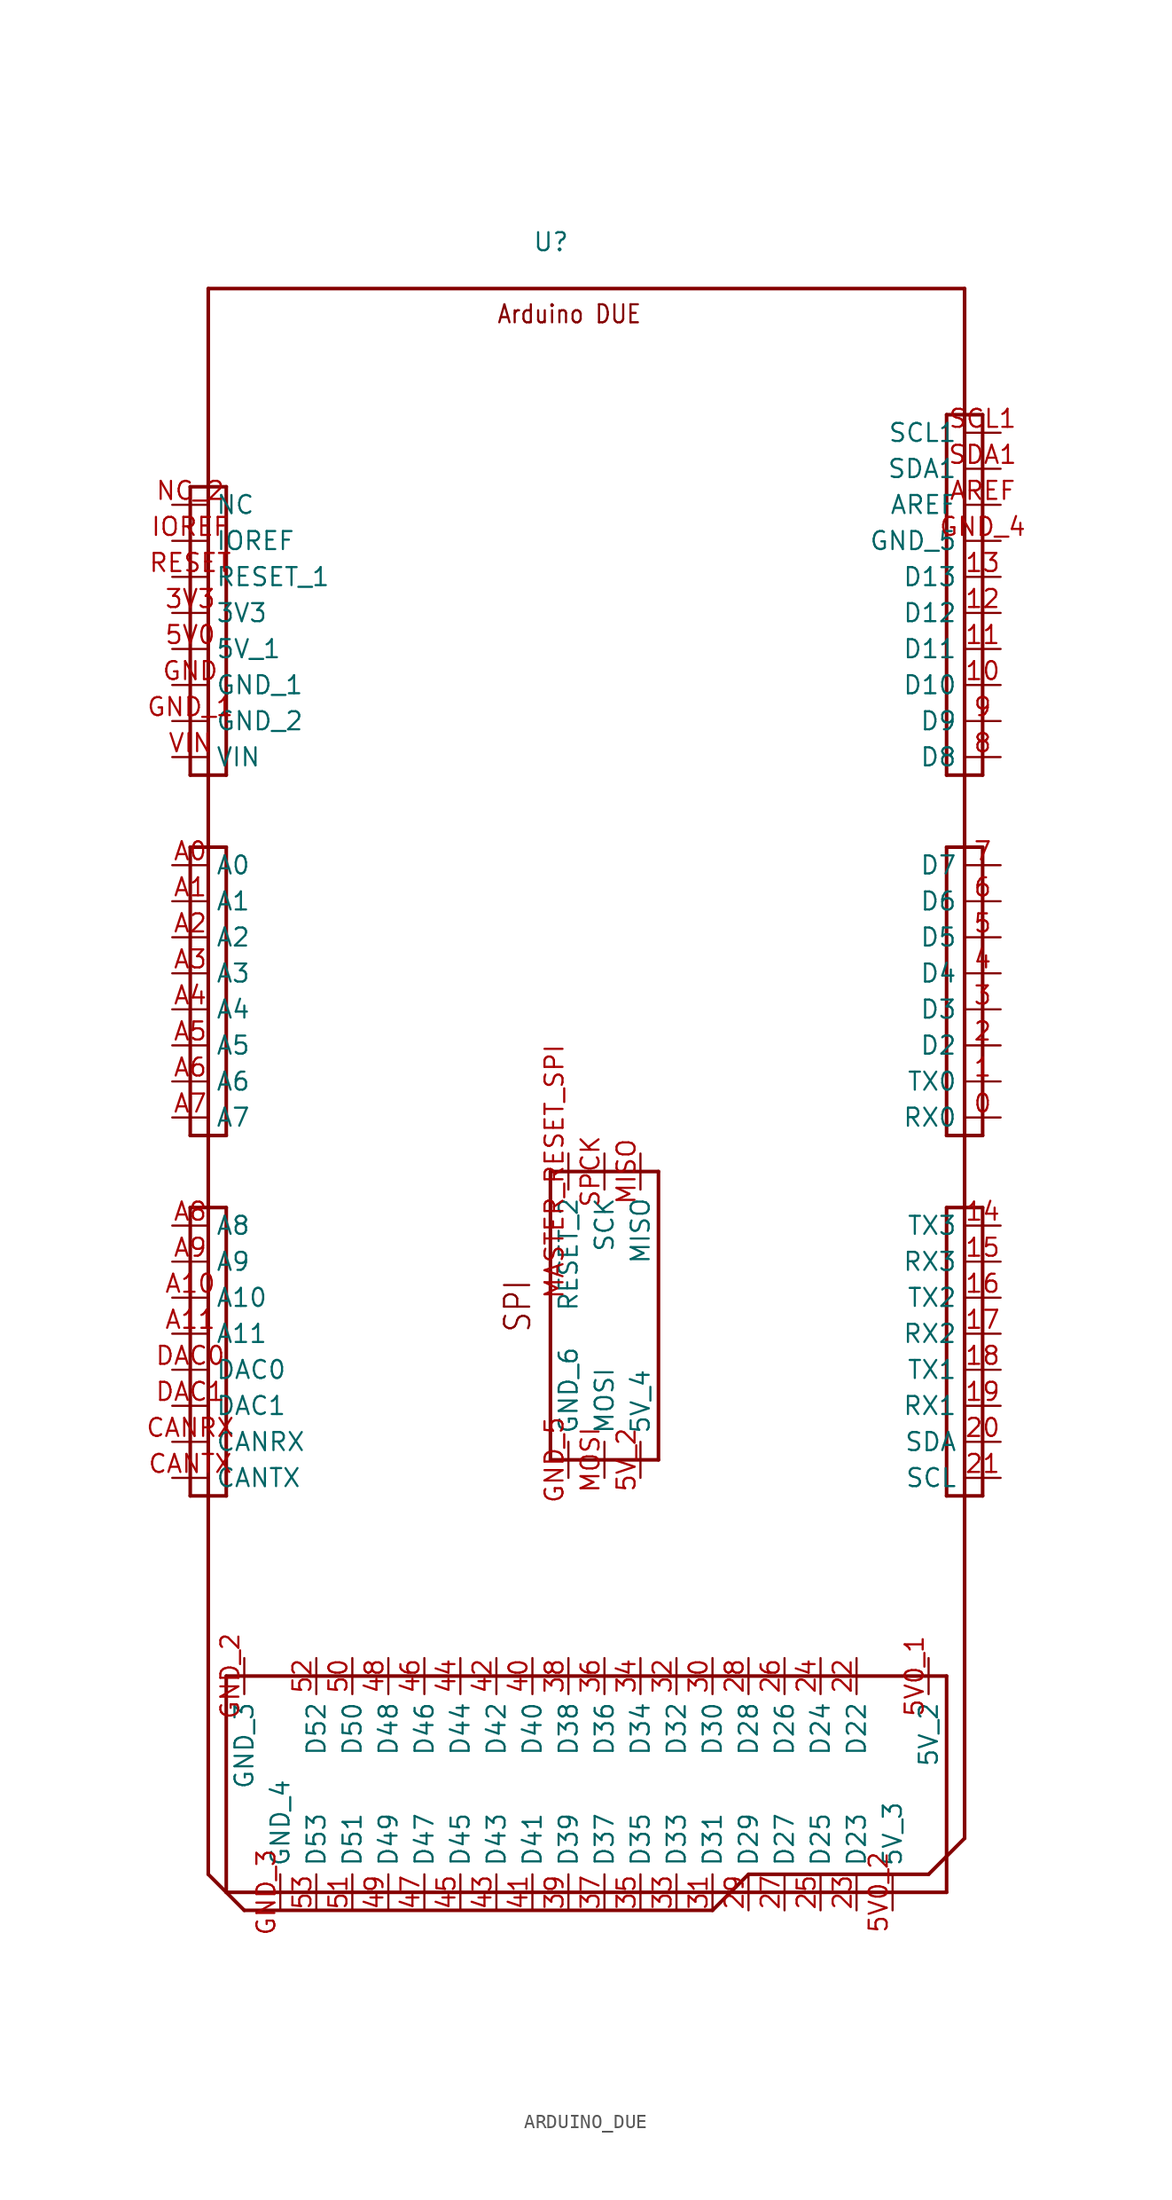
<source format=kicad_sym>
(kicad_symbol_lib
  (version 20211014)
  (generator kicad_symbol_editor)
  (symbol "ARDUINO_DUE"
    (pin_names)
    (property "Reference" "U"
      (at 22.86 2.54 0)
      (effects (font (size 1.27 1.27)) (justify left bottom)))
    (property "Datasheet" ""
      (at 0 0 0))
    (property "ki_description" "https://forum.arduino.cc/t/due-pinout-diagram/129258 "
      (at 0 0 0))
    (property "ki_fp_filters" "FlashPCB_DevBoards:ARDUINO_DUE FlashPCB_DevBoards:ARDUINO_DUE_SHIELD"
      (at 0 0 0))
    (symbol "ARDUINO_DUE_1_1"
      (text "Arduino DUE" (at 20.32 -2.54 0) (effects (font (size 1.27 1.086)) (justify left bottom)))
      (text "SPI" (at 22.86 -73.66 900) (effects (font (size 1.778 1.52)) (justify left bottom)))
      (polyline (pts (xy 1.27 -97.79) (xy 52.07 -97.79)) (stroke (width 0.254)) (fill (type none)))
      (polyline (pts (xy 52.07 -97.79) (xy 52.07 -113.03)) (stroke (width 0.254)) (fill (type none)))
      (polyline (pts (xy 52.07 -113.03) (xy 1.27 -113.03)) (stroke (width 0.254)) (fill (type none)))
      (polyline (pts (xy 1.27 -113.03) (xy 1.27 -97.79)) (stroke (width 0.254)) (fill (type none)))
      (polyline (pts (xy -1.27 -64.77) (xy 1.27 -64.77)) (stroke (width 0.254)) (fill (type none)))
      (polyline (pts (xy 1.27 -64.77) (xy 1.27 -85.09)) (stroke (width 0.254)) (fill (type none)))
      (polyline (pts (xy 1.27 -85.09) (xy -1.27 -85.09)) (stroke (width 0.254)) (fill (type none)))
      (polyline (pts (xy -1.27 -85.09) (xy -1.27 -64.77)) (stroke (width 0.254)) (fill (type none)))
      (polyline (pts (xy 54.61 -64.77) (xy 52.07 -64.77)) (stroke (width 0.254)) (fill (type none)))
      (polyline (pts (xy 52.07 -64.77) (xy 52.07 -85.09)) (stroke (width 0.254)) (fill (type none)))
      (polyline (pts (xy 52.07 -85.09) (xy 54.61 -85.09)) (stroke (width 0.254)) (fill (type none)))
      (polyline (pts (xy 54.61 -85.09) (xy 54.61 -64.77)) (stroke (width 0.254)) (fill (type none)))
      (polyline (pts (xy -1.27 -39.37) (xy 1.27 -39.37)) (stroke (width 0.254)) (fill (type none)))
      (polyline (pts (xy 1.27 -39.37) (xy 1.27 -59.69)) (stroke (width 0.254)) (fill (type none)))
      (polyline (pts (xy 1.27 -59.69) (xy -1.27 -59.69)) (stroke (width 0.254)) (fill (type none)))
      (polyline (pts (xy -1.27 -59.69) (xy -1.27 -39.37)) (stroke (width 0.254)) (fill (type none)))
      (polyline (pts (xy 52.07 -39.37) (xy 54.61 -39.37)) (stroke (width 0.254)) (fill (type none)))
      (polyline (pts (xy 54.61 -39.37) (xy 54.61 -59.69)) (stroke (width 0.254)) (fill (type none)))
      (polyline (pts (xy 54.61 -59.69) (xy 52.07 -59.69)) (stroke (width 0.254)) (fill (type none)))
      (polyline (pts (xy 52.07 -59.69) (xy 52.07 -39.37)) (stroke (width 0.254)) (fill (type none)))
      (polyline (pts (xy -1.27 -13.97) (xy 1.27 -13.97)) (stroke (width 0.254)) (fill (type none)))
      (polyline (pts (xy 1.27 -13.97) (xy 1.27 -34.29)) (stroke (width 0.254)) (fill (type none)))
      (polyline (pts (xy 1.27 -34.29) (xy -1.27 -34.29)) (stroke (width 0.254)) (fill (type none)))
      (polyline (pts (xy -1.27 -34.29) (xy -1.27 -13.97)) (stroke (width 0.254)) (fill (type none)))
      (polyline (pts (xy 52.07 -8.89) (xy 54.61 -8.89)) (stroke (width 0.254)) (fill (type none)))
      (polyline (pts (xy 54.61 -8.89) (xy 54.61 -34.29)) (stroke (width 0.254)) (fill (type none)))
      (polyline (pts (xy 54.61 -34.29) (xy 52.07 -34.29)) (stroke (width 0.254)) (fill (type none)))
      (polyline (pts (xy 52.07 -34.29) (xy 52.07 -8.89)) (stroke (width 0.254)) (fill (type none)))
      (polyline (pts (xy 24.13 -62.23) (xy 31.75 -62.23)) (stroke (width 0.254)) (fill (type none)))
      (polyline (pts (xy 31.75 -62.23) (xy 31.75 -82.55)) (stroke (width 0.254)) (fill (type none)))
      (polyline (pts (xy 31.75 -82.55) (xy 24.13 -82.55)) (stroke (width 0.254)) (fill (type none)))
      (polyline (pts (xy 24.13 -82.55) (xy 24.13 -62.23)) (stroke (width 0.254)) (fill (type none)))
      (polyline (pts (xy 0 0) (xy 53.34 0)) (stroke (width 0.254)) (fill (type none)))
      (polyline (pts (xy 53.34 0) (xy 53.34 -109.22)) (stroke (width 0.254)) (fill (type none)))
      (polyline (pts (xy 53.34 -109.22) (xy 50.8 -111.76)) (stroke (width 0.254)) (fill (type none)))
      (polyline (pts (xy 50.8 -111.76) (xy 38.1 -111.76)) (stroke (width 0.254)) (fill (type none)))
      (polyline (pts (xy 38.1 -111.76) (xy 35.56 -114.3)) (stroke (width 0.254)) (fill (type none)))
      (polyline (pts (xy 35.56 -114.3) (xy 2.54 -114.3)) (stroke (width 0.254)) (fill (type none)))
      (polyline (pts (xy 2.54 -114.3) (xy 0 -111.76)) (stroke (width 0.254)) (fill (type none)))
      (polyline (pts (xy 0 -111.76) (xy 0 0)) (stroke (width 0.254)) (fill (type none)))
      (pin bidirectional line (at -2.54 -15.24 0) (length 2.54) (name "NC" (effects (font (size 1.27 1.27)))) (number "NC_2" (effects (font (size 1.27 1.27)))))
      (pin bidirectional line (at -2.54 -17.78 0) (length 2.54) (name "IOREF" (effects (font (size 1.27 1.27)))) (number "IOREF" (effects (font (size 1.27 1.27)))))
      (pin bidirectional line (at -2.54 -20.32 0) (length 2.54) (name "RESET_1" (effects (font (size 1.27 1.27)))) (number "RESET" (effects (font (size 1.27 1.27)))))
      (pin bidirectional line (at -2.54 -22.86 0) (length 2.54) (name "3V3" (effects (font (size 1.27 1.27)))) (number "3V3" (effects (font (size 1.27 1.27)))))
      (pin bidirectional line (at -2.54 -25.4 0) (length 2.54) (name "5V_1" (effects (font (size 1.27 1.27)))) (number "5V0" (effects (font (size 1.27 1.27)))))
      (pin bidirectional line (at -2.54 -27.94 0) (length 2.54) (name "GND_1" (effects (font (size 1.27 1.27)))) (number "GND" (effects (font (size 1.27 1.27)))))
      (pin bidirectional line (at -2.54 -30.48 0) (length 2.54) (name "GND_2" (effects (font (size 1.27 1.27)))) (number "GND_1" (effects (font (size 1.27 1.27)))))
      (pin bidirectional line (at -2.54 -33.02 0) (length 2.54) (name "VIN" (effects (font (size 1.27 1.27)))) (number "VIN" (effects (font (size 1.27 1.27)))))
      (pin bidirectional line (at -2.54 -40.64 0) (length 2.54) (name "A0" (effects (font (size 1.27 1.27)))) (number "A0" (effects (font (size 1.27 1.27)))))
      (pin bidirectional line (at -2.54 -43.18 0) (length 2.54) (name "A1" (effects (font (size 1.27 1.27)))) (number "A1" (effects (font (size 1.27 1.27)))))
      (pin bidirectional line (at -2.54 -45.72 0) (length 2.54) (name "A2" (effects (font (size 1.27 1.27)))) (number "A2" (effects (font (size 1.27 1.27)))))
      (pin bidirectional line (at -2.54 -48.26 0) (length 2.54) (name "A3" (effects (font (size 1.27 1.27)))) (number "A3" (effects (font (size 1.27 1.27)))))
      (pin bidirectional line (at -2.54 -50.8 0) (length 2.54) (name "A4" (effects (font (size 1.27 1.27)))) (number "A4" (effects (font (size 1.27 1.27)))))
      (pin bidirectional line (at -2.54 -53.34 0) (length 2.54) (name "A5" (effects (font (size 1.27 1.27)))) (number "A5" (effects (font (size 1.27 1.27)))))
      (pin bidirectional line (at -2.54 -55.88 0) (length 2.54) (name "A6" (effects (font (size 1.27 1.27)))) (number "A6" (effects (font (size 1.27 1.27)))))
      (pin bidirectional line (at -2.54 -58.42 0) (length 2.54) (name "A7" (effects (font (size 1.27 1.27)))) (number "A7" (effects (font (size 1.27 1.27)))))
      (pin bidirectional line (at -2.54 -66.04 0) (length 2.54) (name "A8" (effects (font (size 1.27 1.27)))) (number "A8" (effects (font (size 1.27 1.27)))))
      (pin bidirectional line (at -2.54 -68.58 0) (length 2.54) (name "A9" (effects (font (size 1.27 1.27)))) (number "A9" (effects (font (size 1.27 1.27)))))
      (pin bidirectional line (at -2.54 -71.12 0) (length 2.54) (name "A10" (effects (font (size 1.27 1.27)))) (number "A10" (effects (font (size 1.27 1.27)))))
      (pin bidirectional line (at -2.54 -73.66 0) (length 2.54) (name "A11" (effects (font (size 1.27 1.27)))) (number "A11" (effects (font (size 1.27 1.27)))))
      (pin bidirectional line (at -2.54 -76.2 0) (length 2.54) (name "DAC0" (effects (font (size 1.27 1.27)))) (number "DAC0" (effects (font (size 1.27 1.27)))))
      (pin bidirectional line (at -2.54 -78.74 0) (length 2.54) (name "DAC1" (effects (font (size 1.27 1.27)))) (number "DAC1" (effects (font (size 1.27 1.27)))))
      (pin bidirectional line (at -2.54 -81.28 0) (length 2.54) (name "CANRX" (effects (font (size 1.27 1.27)))) (number "CANRX" (effects (font (size 1.27 1.27)))))
      (pin bidirectional line (at -2.54 -83.82 0) (length 2.54) (name "CANTX" (effects (font (size 1.27 1.27)))) (number "CANTX" (effects (font (size 1.27 1.27)))))
      (pin bidirectional line (at 5.08 -114.3 90) (length 2.54) (name "GND_4" (effects (font (size 1.27 1.27)))) (number "GND_3" (effects (font (size 1.27 1.27)))))
      (pin bidirectional line (at 7.62 -114.3 90) (length 2.54) (name "D53" (effects (font (size 1.27 1.27)))) (number "53" (effects (font (size 1.27 1.27)))))
      (pin bidirectional line (at 10.16 -114.3 90) (length 2.54) (name "D51" (effects (font (size 1.27 1.27)))) (number "51" (effects (font (size 1.27 1.27)))))
      (pin bidirectional line (at 12.7 -114.3 90) (length 2.54) (name "D49" (effects (font (size 1.27 1.27)))) (number "49" (effects (font (size 1.27 1.27)))))
      (pin bidirectional line (at 15.24 -114.3 90) (length 2.54) (name "D47" (effects (font (size 1.27 1.27)))) (number "47" (effects (font (size 1.27 1.27)))))
      (pin bidirectional line (at 17.78 -114.3 90) (length 2.54) (name "D45" (effects (font (size 1.27 1.27)))) (number "45" (effects (font (size 1.27 1.27)))))
      (pin bidirectional line (at 20.32 -114.3 90) (length 2.54) (name "D43" (effects (font (size 1.27 1.27)))) (number "43" (effects (font (size 1.27 1.27)))))
      (pin bidirectional line (at 22.86 -114.3 90) (length 2.54) (name "D41" (effects (font (size 1.27 1.27)))) (number "41" (effects (font (size 1.27 1.27)))))
      (pin bidirectional line (at 25.4 -114.3 90) (length 2.54) (name "D39" (effects (font (size 1.27 1.27)))) (number "39" (effects (font (size 1.27 1.27)))))
      (pin bidirectional line (at 27.94 -114.3 90) (length 2.54) (name "D37" (effects (font (size 1.27 1.27)))) (number "37" (effects (font (size 1.27 1.27)))))
      (pin bidirectional line (at 33.02 -114.3 90) (length 2.54) (name "D33" (effects (font (size 1.27 1.27)))) (number "33" (effects (font (size 1.27 1.27)))))
      (pin bidirectional line (at 30.48 -114.3 90) (length 2.54) (name "D35" (effects (font (size 1.27 1.27)))) (number "35" (effects (font (size 1.27 1.27)))))
      (pin bidirectional line (at 35.56 -114.3 90) (length 2.54) (name "D31" (effects (font (size 1.27 1.27)))) (number "31" (effects (font (size 1.27 1.27)))))
      (pin bidirectional line (at 38.1 -114.3 90) (length 2.54) (name "D29" (effects (font (size 1.27 1.27)))) (number "29" (effects (font (size 1.27 1.27)))))
      (pin bidirectional line (at 40.64 -114.3 90) (length 2.54) (name "D27" (effects (font (size 1.27 1.27)))) (number "27" (effects (font (size 1.27 1.27)))))
      (pin bidirectional line (at 43.18 -114.3 90) (length 2.54) (name "D25" (effects (font (size 1.27 1.27)))) (number "25" (effects (font (size 1.27 1.27)))))
      (pin bidirectional line (at 45.72 -114.3 90) (length 2.54) (name "D23" (effects (font (size 1.27 1.27)))) (number "23" (effects (font (size 1.27 1.27)))))
      (pin bidirectional line (at 48.26 -114.3 90) (length 2.54) (name "5V_3" (effects (font (size 1.27 1.27)))) (number "5V0_2" (effects (font (size 1.27 1.27)))))
      (pin bidirectional line (at 50.8 -96.52 270) (length 2.54) (name "5V_2" (effects (font (size 1.27 1.27)))) (number "5V0_1" (effects (font (size 1.27 1.27)))))
      (pin bidirectional line (at 45.72 -96.52 270) (length 2.54) (name "D22" (effects (font (size 1.27 1.27)))) (number "22" (effects (font (size 1.27 1.27)))))
      (pin bidirectional line (at 43.18 -96.52 270) (length 2.54) (name "D24" (effects (font (size 1.27 1.27)))) (number "24" (effects (font (size 1.27 1.27)))))
      (pin bidirectional line (at 40.64 -96.52 270) (length 2.54) (name "D26" (effects (font (size 1.27 1.27)))) (number "26" (effects (font (size 1.27 1.27)))))
      (pin bidirectional line (at 38.1 -96.52 270) (length 2.54) (name "D28" (effects (font (size 1.27 1.27)))) (number "28" (effects (font (size 1.27 1.27)))))
      (pin bidirectional line (at 35.56 -96.52 270) (length 2.54) (name "D30" (effects (font (size 1.27 1.27)))) (number "30" (effects (font (size 1.27 1.27)))))
      (pin bidirectional line (at 33.02 -96.52 270) (length 2.54) (name "D32" (effects (font (size 1.27 1.27)))) (number "32" (effects (font (size 1.27 1.27)))))
      (pin bidirectional line (at 30.48 -96.52 270) (length 2.54) (name "D34" (effects (font (size 1.27 1.27)))) (number "34" (effects (font (size 1.27 1.27)))))
      (pin bidirectional line (at 27.94 -96.52 270) (length 2.54) (name "D36" (effects (font (size 1.27 1.27)))) (number "36" (effects (font (size 1.27 1.27)))))
      (pin bidirectional line (at 25.4 -96.52 270) (length 2.54) (name "D38" (effects (font (size 1.27 1.27)))) (number "38" (effects (font (size 1.27 1.27)))))
      (pin bidirectional line (at 22.86 -96.52 270) (length 2.54) (name "D40" (effects (font (size 1.27 1.27)))) (number "40" (effects (font (size 1.27 1.27)))))
      (pin bidirectional line (at 20.32 -96.52 270) (length 2.54) (name "D42" (effects (font (size 1.27 1.27)))) (number "42" (effects (font (size 1.27 1.27)))))
      (pin bidirectional line (at 17.78 -96.52 270) (length 2.54) (name "D44" (effects (font (size 1.27 1.27)))) (number "44" (effects (font (size 1.27 1.27)))))
      (pin bidirectional line (at 15.24 -96.52 270) (length 2.54) (name "D46" (effects (font (size 1.27 1.27)))) (number "46" (effects (font (size 1.27 1.27)))))
      (pin bidirectional line (at 12.7 -96.52 270) (length 2.54) (name "D48" (effects (font (size 1.27 1.27)))) (number "48" (effects (font (size 1.27 1.27)))))
      (pin bidirectional line (at 10.16 -96.52 270) (length 2.54) (name "D50" (effects (font (size 1.27 1.27)))) (number "50" (effects (font (size 1.27 1.27)))))
      (pin bidirectional line (at 7.62 -96.52 270) (length 2.54) (name "D52" (effects (font (size 1.27 1.27)))) (number "52" (effects (font (size 1.27 1.27)))))
      (pin bidirectional line (at 2.54 -96.52 270) (length 2.54) (name "GND_3" (effects (font (size 1.27 1.27)))) (number "GND_2" (effects (font (size 1.27 1.27)))))
      (pin bidirectional line (at 55.88 -83.82 180) (length 2.54) (name "SCL" (effects (font (size 1.27 1.27)))) (number "21" (effects (font (size 1.27 1.27)))))
      (pin bidirectional line (at 55.88 -81.28 180) (length 2.54) (name "SDA" (effects (font (size 1.27 1.27)))) (number "20" (effects (font (size 1.27 1.27)))))
      (pin bidirectional line (at 55.88 -78.74 180) (length 2.54) (name "RX1" (effects (font (size 1.27 1.27)))) (number "19" (effects (font (size 1.27 1.27)))))
      (pin bidirectional line (at 55.88 -76.2 180) (length 2.54) (name "TX1" (effects (font (size 1.27 1.27)))) (number "18" (effects (font (size 1.27 1.27)))))
      (pin bidirectional line (at 55.88 -73.66 180) (length 2.54) (name "RX2" (effects (font (size 1.27 1.27)))) (number "17" (effects (font (size 1.27 1.27)))))
      (pin bidirectional line (at 55.88 -71.12 180) (length 2.54) (name "TX2" (effects (font (size 1.27 1.27)))) (number "16" (effects (font (size 1.27 1.27)))))
      (pin bidirectional line (at 55.88 -68.58 180) (length 2.54) (name "RX3" (effects (font (size 1.27 1.27)))) (number "15" (effects (font (size 1.27 1.27)))))
      (pin bidirectional line (at 55.88 -66.04 180) (length 2.54) (name "TX3" (effects (font (size 1.27 1.27)))) (number "14" (effects (font (size 1.27 1.27)))))
      (pin bidirectional line (at 55.88 -58.42 180) (length 2.54) (name "RX0" (effects (font (size 1.27 1.27)))) (number "0" (effects (font (size 1.27 1.27)))))
      (pin bidirectional line (at 55.88 -55.88 180) (length 2.54) (name "TX0" (effects (font (size 1.27 1.27)))) (number "1" (effects (font (size 1.27 1.27)))))
      (pin bidirectional line (at 55.88 -53.34 180) (length 2.54) (name "D2" (effects (font (size 1.27 1.27)))) (number "2" (effects (font (size 1.27 1.27)))))
      (pin bidirectional line (at 55.88 -50.8 180) (length 2.54) (name "D3" (effects (font (size 1.27 1.27)))) (number "3" (effects (font (size 1.27 1.27)))))
      (pin bidirectional line (at 55.88 -48.26 180) (length 2.54) (name "D4" (effects (font (size 1.27 1.27)))) (number "4" (effects (font (size 1.27 1.27)))))
      (pin bidirectional line (at 55.88 -45.72 180) (length 2.54) (name "D5" (effects (font (size 1.27 1.27)))) (number "5" (effects (font (size 1.27 1.27)))))
      (pin bidirectional line (at 55.88 -43.18 180) (length 2.54) (name "D6" (effects (font (size 1.27 1.27)))) (number "6" (effects (font (size 1.27 1.27)))))
      (pin bidirectional line (at 55.88 -40.64 180) (length 2.54) (name "D7" (effects (font (size 1.27 1.27)))) (number "7" (effects (font (size 1.27 1.27)))))
      (pin bidirectional line (at 55.88 -33.02 180) (length 2.54) (name "D8" (effects (font (size 1.27 1.27)))) (number "8" (effects (font (size 1.27 1.27)))))
      (pin bidirectional line (at 55.88 -30.48 180) (length 2.54) (name "D9" (effects (font (size 1.27 1.27)))) (number "9" (effects (font (size 1.27 1.27)))))
      (pin bidirectional line (at 55.88 -27.94 180) (length 2.54) (name "D10" (effects (font (size 1.27 1.27)))) (number "10" (effects (font (size 1.27 1.27)))))
      (pin bidirectional line (at 55.88 -25.4 180) (length 2.54) (name "D11" (effects (font (size 1.27 1.27)))) (number "11" (effects (font (size 1.27 1.27)))))
      (pin bidirectional line (at 55.88 -22.86 180) (length 2.54) (name "D12" (effects (font (size 1.27 1.27)))) (number "12" (effects (font (size 1.27 1.27)))))
      (pin bidirectional line (at 55.88 -20.32 180) (length 2.54) (name "D13" (effects (font (size 1.27 1.27)))) (number "13" (effects (font (size 1.27 1.27)))))
      (pin bidirectional line (at 55.88 -17.78 180) (length 2.54) (name "GND_5" (effects (font (size 1.27 1.27)))) (number "GND_4" (effects (font (size 1.27 1.27)))))
      (pin bidirectional line (at 55.88 -15.24 180) (length 2.54) (name "AREF" (effects (font (size 1.27 1.27)))) (number "AREF" (effects (font (size 1.27 1.27)))))
      (pin bidirectional line (at 55.88 -12.7 180) (length 2.54) (name "SDA1" (effects (font (size 1.27 1.27)))) (number "SDA1" (effects (font (size 1.27 1.27)))))
      (pin bidirectional line (at 55.88 -10.16 180) (length 2.54) (name "SCL1" (effects (font (size 1.27 1.27)))) (number "SCL1" (effects (font (size 1.27 1.27)))))
      (pin bidirectional line (at 25.4 -60.96 270) (length 2.54) (name "RESET_2" (effects (font (size 1.27 1.27)))) (number "MASTER_RESET_SPI" (effects (font (size 1.27 1.27)))))
      (pin bidirectional line (at 25.4 -83.82 90) (length 2.54) (name "GND_6" (effects (font (size 1.27 1.27)))) (number "GND_5" (effects (font (size 1.27 1.27)))))
      (pin bidirectional line (at 27.94 -83.82 90) (length 2.54) (name "MOSI" (effects (font (size 1.27 1.27)))) (number "MOSI" (effects (font (size 1.27 1.27)))))
      (pin bidirectional line (at 27.94 -60.96 270) (length 2.54) (name "SCK" (effects (font (size 1.27 1.27)))) (number "SPCK" (effects (font (size 1.27 1.27)))))
      (pin bidirectional line (at 30.48 -60.96 270) (length 2.54) (name "MISO" (effects (font (size 1.27 1.27)))) (number "MISO" (effects (font (size 1.27 1.27)))))
      (pin bidirectional line (at 30.48 -83.82 90) (length 2.54) (name "5V_4" (effects (font (size 1.27 1.27)))) (number "5V_2" (effects (font (size 1.27 1.27))))))))
</source>
